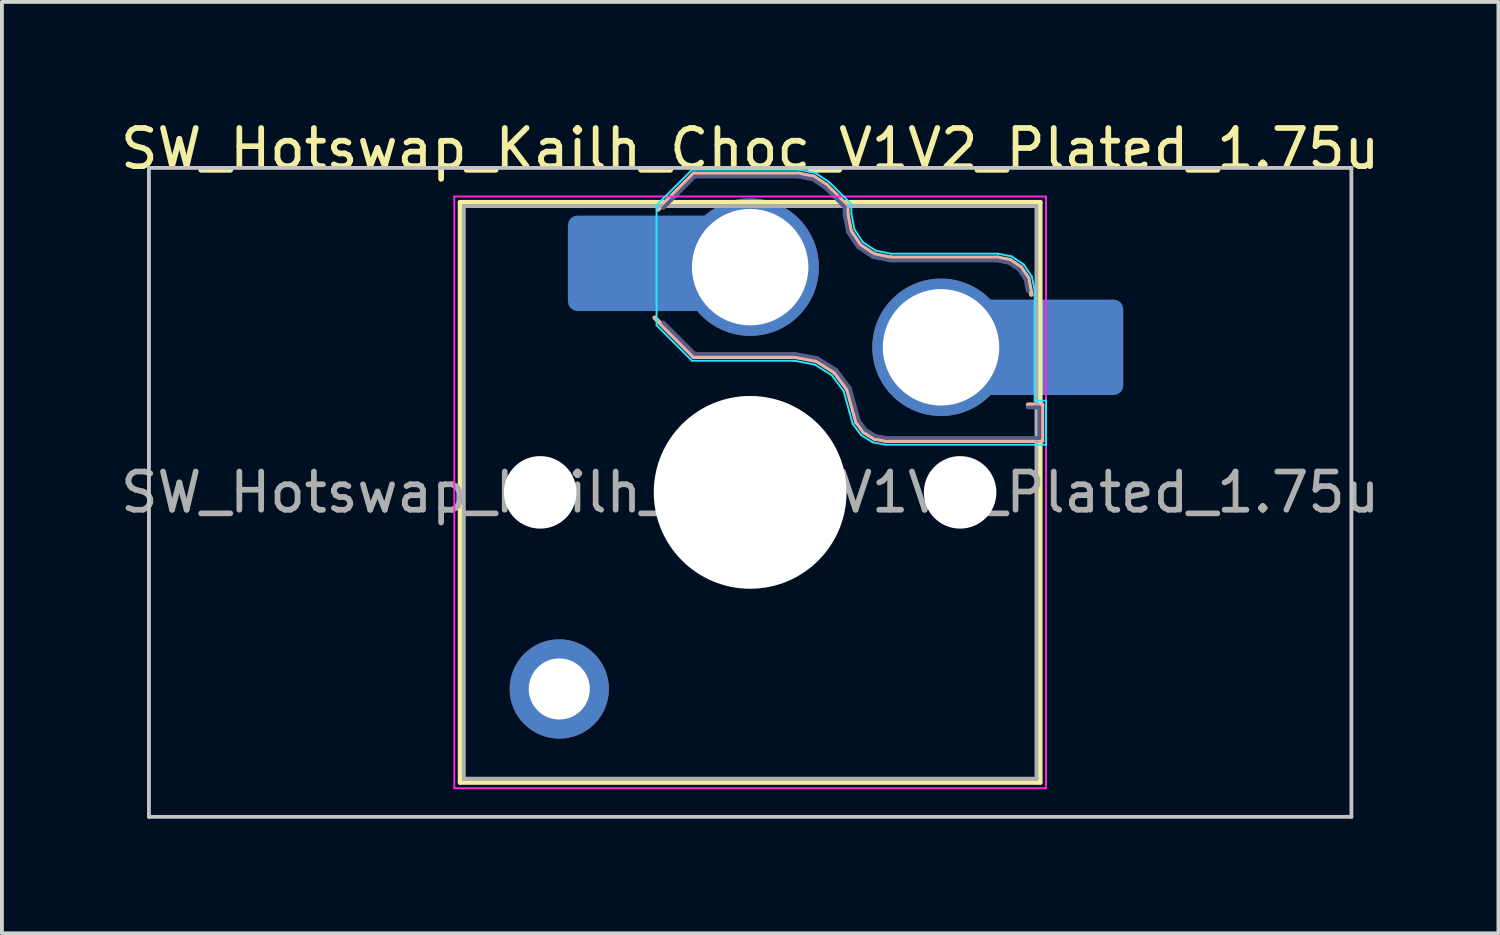
<source format=kicad_pcb>
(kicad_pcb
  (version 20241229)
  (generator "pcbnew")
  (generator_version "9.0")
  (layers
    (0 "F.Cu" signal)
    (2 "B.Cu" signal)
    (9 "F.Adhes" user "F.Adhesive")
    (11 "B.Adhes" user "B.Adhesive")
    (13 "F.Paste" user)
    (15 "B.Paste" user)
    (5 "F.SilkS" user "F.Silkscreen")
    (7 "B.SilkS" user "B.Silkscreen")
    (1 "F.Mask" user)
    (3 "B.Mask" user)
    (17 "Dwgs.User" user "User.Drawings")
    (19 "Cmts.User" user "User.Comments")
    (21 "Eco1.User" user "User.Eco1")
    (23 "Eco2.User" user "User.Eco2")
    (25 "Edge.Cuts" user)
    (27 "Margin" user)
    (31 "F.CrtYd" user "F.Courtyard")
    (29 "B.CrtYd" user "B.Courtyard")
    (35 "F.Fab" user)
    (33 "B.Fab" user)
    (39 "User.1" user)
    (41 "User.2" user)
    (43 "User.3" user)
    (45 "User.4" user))
  (footprint "SW_Hotswap_Kailh_Choc_V1V2_Plated_1.75u"
    (layer "F.Cu")
    (at 16.601 9.848)
    (property "Reference" "SW_Hotswap_Kailh_Choc_V1V2_Plated_1.75u" (at 0 -9 0) (layer "F.SilkS") (effects (font (size 1 1) (thickness 0.15))))
    (attr smd)
    (fp_line (start -7.6 -7.6) (end -7.6 7.6) (stroke (width 0.12) (type solid)) (layer "F.SilkS"))
    (fp_line (start -7.6 7.6) (end 7.6 7.6) (stroke (width 0.12) (type solid)) (layer "F.SilkS"))
    (fp_line (start 7.6 -7.6) (end -7.6 -7.6) (stroke (width 0.12) (type solid)) (layer "F.SilkS"))
    (fp_line (start 7.6 7.6) (end 7.6 -7.6) (stroke (width 0.12) (type solid)) (layer "F.SilkS"))
    (fp_line (start -2.416 -7.409) (end -1.479 -8.346) (stroke (width 0.12) (type solid)) (layer "B.SilkS"))
    (fp_line (start -1.479 -8.346) (end 1.268 -8.346) (stroke (width 0.12) (type solid)) (layer "B.SilkS"))
    (fp_line (start -1.479 -3.554) (end -2.5 -4.575) (stroke (width 0.12) (type solid)) (layer "B.SilkS"))
    (fp_line (start 1.168 -3.554) (end -1.479 -3.554) (stroke (width 0.12) (type solid)) (layer "B.SilkS"))
    (fp_line (start 1.268 -8.346) (end 1.671 -8.266) (stroke (width 0.12) (type solid)) (layer "B.SilkS"))
    (fp_line (start 1.671 -8.266) (end 2.013 -8.037) (stroke (width 0.12) (type solid)) (layer "B.SilkS"))
    (fp_line (start 1.73 -3.449) (end 1.168 -3.554) (stroke (width 0.12) (type solid)) (layer "B.SilkS"))
    (fp_line (start 2.013 -8.037) (end 2.546 -7.504) (stroke (width 0.12) (type solid)) (layer "B.SilkS"))
    (fp_line (start 2.209 -3.15) (end 1.73 -3.449) (stroke (width 0.12) (type solid)) (layer "B.SilkS"))
    (fp_line (start 2.546 -7.504) (end 2.546 -7.282) (stroke (width 0.12) (type solid)) (layer "B.SilkS"))
    (fp_line (start 2.546 -7.282) (end 2.633 -6.844) (stroke (width 0.12) (type solid)) (layer "B.SilkS"))
    (fp_line (start 2.547 -2.697) (end 2.209 -3.15) (stroke (width 0.12) (type solid)) (layer "B.SilkS"))
    (fp_line (start 2.633 -6.844) (end 2.877 -6.477) (stroke (width 0.12) (type solid)) (layer "B.SilkS"))
    (fp_line (start 2.701 -2.139) (end 2.547 -2.697) (stroke (width 0.12) (type solid)) (layer "B.SilkS"))
    (fp_line (start 2.783 -1.841) (end 2.701 -2.139) (stroke (width 0.12) (type solid)) (layer "B.SilkS"))
    (fp_line (start 2.877 -6.477) (end 3.244 -6.233) (stroke (width 0.12) (type solid)) (layer "B.SilkS"))
    (fp_line (start 2.976 -1.583) (end 2.783 -1.841) (stroke (width 0.12) (type solid)) (layer "B.SilkS"))
    (fp_line (start 3.244 -6.233) (end 3.682 -6.146) (stroke (width 0.12) (type solid)) (layer "B.SilkS"))
    (fp_line (start 3.25 -1.413) (end 2.976 -1.583) (stroke (width 0.12) (type solid)) (layer "B.SilkS"))
    (fp_line (start 3.56 -1.354) (end 3.25 -1.413) (stroke (width 0.12) (type solid)) (layer "B.SilkS"))
    (fp_line (start 3.682 -6.146) (end 6.482 -6.146) (stroke (width 0.12) (type solid)) (layer "B.SilkS"))
    (fp_line (start 6.482 -6.146) (end 6.809 -6.081) (stroke (width 0.12) (type solid)) (layer "B.SilkS"))
    (fp_line (start 6.809 -6.081) (end 7.092 -5.892) (stroke (width 0.12) (type solid)) (layer "B.SilkS"))
    (fp_line (start 7.092 -5.892) (end 7.281 -5.609) (stroke (width 0.12) (type solid)) (layer "B.SilkS"))
    (fp_line (start 7.281 -5.609) (end 7.366 -5.182) (stroke (width 0.12) (type solid)) (layer "B.SilkS"))
    (fp_line (start 7.283 -2.296) (end 7.646 -2.296) (stroke (width 0.12) (type solid)) (layer "B.SilkS"))
    (fp_line (start 7.646 -2.296) (end 7.646 -1.354) (stroke (width 0.12) (type solid)) (layer "B.SilkS"))
    (fp_line (start 7.646 -1.354) (end 3.56 -1.354) (stroke (width 0.12) (type solid)) (layer "B.SilkS"))
    (fp_line (start -15.75 -8.5) (end -15.75 8.5) (stroke (width 0.1) (type solid)) (layer "Dwgs.User"))
    (fp_line (start -15.75 8.5) (end 15.75 8.5) (stroke (width 0.1) (type solid)) (layer "Dwgs.User"))
    (fp_line (start 15.75 -8.5) (end -15.75 -8.5) (stroke (width 0.1) (type solid)) (layer "Dwgs.User"))
    (fp_line (start 15.75 8.5) (end 15.75 -8.5) (stroke (width 0.1) (type solid)) (layer "Dwgs.User"))
    (fp_line (start -7.25 -7.25) (end -7.25 7.25) (stroke (width 0.1) (type solid)) (layer "Eco1.User"))
    (fp_line (start -7.25 7.25) (end 7.25 7.25) (stroke (width 0.1) (type solid)) (layer "Eco1.User"))
    (fp_line (start 7.25 -7.25) (end -7.25 -7.25) (stroke (width 0.1) (type solid)) (layer "Eco1.User"))
    (fp_line (start 7.25 7.25) (end 7.25 -7.25) (stroke (width 0.1) (type solid)) (layer "Eco1.User"))
    (fp_line (start -2.452 -7.523) (end -1.523 -8.452) (stroke (width 0.05) (type solid)) (layer "B.CrtYd"))
    (fp_line (start -2.452 -4.377) (end -2.452 -7.523) (stroke (width 0.05) (type solid)) (layer "B.CrtYd"))
    (fp_line (start -1.523 -8.452) (end 1.278 -8.452) (stroke (width 0.05) (type solid)) (layer "B.CrtYd"))
    (fp_line (start -1.523 -3.448) (end -2.452 -4.377) (stroke (width 0.05) (type solid)) (layer "B.CrtYd"))
    (fp_line (start 1.159 -3.448) (end -1.523 -3.448) (stroke (width 0.05) (type solid)) (layer "B.CrtYd"))
    (fp_line (start 1.278 -8.452) (end 1.712 -8.366) (stroke (width 0.05) (type solid)) (layer "B.CrtYd"))
    (fp_line (start 1.691 -3.348) (end 1.159 -3.448) (stroke (width 0.05) (type solid)) (layer "B.CrtYd"))
    (fp_line (start 1.712 -8.366) (end 2.081 -8.119) (stroke (width 0.05) (type solid)) (layer "B.CrtYd"))
    (fp_line (start 2.081 -8.119) (end 2.652 -7.548) (stroke (width 0.05) (type solid)) (layer "B.CrtYd"))
    (fp_line (start 2.136 -3.071) (end 1.691 -3.348) (stroke (width 0.05) (type solid)) (layer "B.CrtYd"))
    (fp_line (start 2.45 -2.65) (end 2.136 -3.071) (stroke (width 0.05) (type solid)) (layer "B.CrtYd"))
    (fp_line (start 2.599 -2.111) (end 2.45 -2.65) (stroke (width 0.05) (type solid)) (layer "B.CrtYd"))
    (fp_line (start 2.652 -7.548) (end 2.652 -7.292) (stroke (width 0.05) (type solid)) (layer "B.CrtYd"))
    (fp_line (start 2.652 -7.292) (end 2.733 -6.885) (stroke (width 0.05) (type solid)) (layer "B.CrtYd"))
    (fp_line (start 2.687 -1.794) (end 2.599 -2.111) (stroke (width 0.05) (type solid)) (layer "B.CrtYd"))
    (fp_line (start 2.733 -6.885) (end 2.953 -6.553) (stroke (width 0.05) (type solid)) (layer "B.CrtYd"))
    (fp_line (start 2.903 -1.503) (end 2.687 -1.794) (stroke (width 0.05) (type solid)) (layer "B.CrtYd"))
    (fp_line (start 2.953 -6.553) (end 3.285 -6.333) (stroke (width 0.05) (type solid)) (layer "B.CrtYd"))
    (fp_line (start 3.211 -1.312) (end 2.903 -1.503) (stroke (width 0.05) (type solid)) (layer "B.CrtYd"))
    (fp_line (start 3.285 -6.333) (end 3.692 -6.252) (stroke (width 0.05) (type solid)) (layer "B.CrtYd"))
    (fp_line (start 3.55 -1.248) (end 3.211 -1.312) (stroke (width 0.05) (type solid)) (layer "B.CrtYd"))
    (fp_line (start 3.692 -6.252) (end 6.492 -6.252) (stroke (width 0.05) (type solid)) (layer "B.CrtYd"))
    (fp_line (start 6.492 -6.252) (end 6.85 -6.181) (stroke (width 0.05) (type solid)) (layer "B.CrtYd"))
    (fp_line (start 6.85 -6.181) (end 7.168 -5.968) (stroke (width 0.05) (type solid)) (layer "B.CrtYd"))
    (fp_line (start 7.168 -5.968) (end 7.381 -5.65) (stroke (width 0.05) (type solid)) (layer "B.CrtYd"))
    (fp_line (start 7.381 -5.65) (end 7.452 -5.292) (stroke (width 0.05) (type solid)) (layer "B.CrtYd"))
    (fp_line (start 7.452 -5.292) (end 7.452 -2.402) (stroke (width 0.05) (type solid)) (layer "B.CrtYd"))
    (fp_line (start 7.452 -2.402) (end 7.752 -2.402) (stroke (width 0.05) (type solid)) (layer "B.CrtYd"))
    (fp_line (start 7.752 -2.402) (end 7.752 -1.248) (stroke (width 0.05) (type solid)) (layer "B.CrtYd"))
    (fp_line (start 7.752 -1.248) (end 3.55 -1.248) (stroke (width 0.05) (type solid)) (layer "B.CrtYd"))
    (fp_line (start -7.75 -7.75) (end -7.75 7.75) (stroke (width 0.05) (type solid)) (layer "F.CrtYd"))
    (fp_line (start -7.75 7.75) (end 7.75 7.75) (stroke (width 0.05) (type solid)) (layer "F.CrtYd"))
    (fp_line (start 7.75 -7.75) (end -7.75 -7.75) (stroke (width 0.05) (type solid)) (layer "F.CrtYd"))
    (fp_line (start 7.75 7.75) (end 7.75 -7.75) (stroke (width 0.05) (type solid)) (layer "F.CrtYd"))
    (fp_line (start -2.275 -7.45) (end -1.45 -8.275) (stroke (width 0.1) (type solid)) (layer "B.Fab"))
    (fp_line (start -1.45 -8.275) (end 1.261 -8.275) (stroke (width 0.1) (type solid)) (layer "B.Fab"))
    (fp_line (start -1.45 -3.625) (end -2.275 -4.45) (stroke (width 0.1) (type solid)) (layer "B.Fab"))
    (fp_line (start 1.175 -3.625) (end -1.45 -3.625) (stroke (width 0.1) (type solid)) (layer "B.Fab"))
    (fp_line (start 1.261 -8.275) (end 1.643 -8.199) (stroke (width 0.1) (type solid)) (layer "B.Fab"))
    (fp_line (start 1.643 -8.199) (end 1.968 -7.982) (stroke (width 0.1) (type solid)) (layer "B.Fab"))
    (fp_line (start 1.756 -3.516) (end 1.175 -3.625) (stroke (width 0.1) (type solid)) (layer "B.Fab"))
    (fp_line (start 1.968 -7.982) (end 2.475 -7.475) (stroke (width 0.1) (type solid)) (layer "B.Fab"))
    (fp_line (start 2.258 -3.203) (end 1.756 -3.516) (stroke (width 0.1) (type solid)) (layer "B.Fab"))
    (fp_line (start 2.475 -7.475) (end 2.475 -7.275) (stroke (width 0.1) (type solid)) (layer "B.Fab"))
    (fp_line (start 2.475 -7.275) (end 2.566 -6.816) (stroke (width 0.1) (type solid)) (layer "B.Fab"))
    (fp_line (start 2.566 -6.816) (end 2.826 -6.426) (stroke (width 0.1) (type solid)) (layer "B.Fab"))
    (fp_line (start 2.612 -2.729) (end 2.258 -3.203) (stroke (width 0.1) (type solid)) (layer "B.Fab"))
    (fp_line (start 2.769 -2.158) (end 2.612 -2.729) (stroke (width 0.1) (type solid)) (layer "B.Fab"))
    (fp_line (start 2.826 -6.426) (end 3.216 -6.166) (stroke (width 0.1) (type solid)) (layer "B.Fab"))
    (fp_line (start 2.848 -1.873) (end 2.769 -2.158) (stroke (width 0.1) (type solid)) (layer "B.Fab"))
    (fp_line (start 3.025 -1.636) (end 2.848 -1.873) (stroke (width 0.1) (type solid)) (layer "B.Fab"))
    (fp_line (start 3.216 -6.166) (end 3.675 -6.075) (stroke (width 0.1) (type solid)) (layer "B.Fab"))
    (fp_line (start 3.276 -1.48) (end 3.025 -1.636) (stroke (width 0.1) (type solid)) (layer "B.Fab"))
    (fp_line (start 3.567 -1.425) (end 3.276 -1.48) (stroke (width 0.1) (type solid)) (layer "B.Fab"))
    (fp_line (start 3.675 -6.075) (end 6.475 -6.075) (stroke (width 0.1) (type solid)) (layer "B.Fab"))
    (fp_line (start 6.475 -6.075) (end 6.781 -6.014) (stroke (width 0.1) (type solid)) (layer "B.Fab"))
    (fp_line (start 6.781 -6.014) (end 7.041 -5.841) (stroke (width 0.1) (type solid)) (layer "B.Fab"))
    (fp_line (start 7.041 -5.841) (end 7.214 -5.581) (stroke (width 0.1) (type solid)) (layer "B.Fab"))
    (fp_line (start 7.214 -5.581) (end 7.275 -5.275) (stroke (width 0.1) (type solid)) (layer "B.Fab"))
    (fp_line (start 7.275 -2.225) (end 7.575 -2.225) (stroke (width 0.1) (type solid)) (layer "B.Fab"))
    (fp_line (start 7.575 -2.225) (end 7.575 -1.425) (stroke (width 0.1) (type solid)) (layer "B.Fab"))
    (fp_line (start 7.575 -1.425) (end 3.567 -1.425) (stroke (width 0.1) (type solid)) (layer "B.Fab"))
    (fp_line (start -7.5 -7.5) (end -7.5 7.5) (stroke (width 0.1) (type solid)) (layer "F.Fab"))
    (fp_line (start -7.5 7.5) (end 7.5 7.5) (stroke (width 0.1) (type solid)) (layer "F.Fab"))
    (fp_line (start 7.5 -7.5) (end -7.5 -7.5) (stroke (width 0.1) (type solid)) (layer "F.Fab"))
    (fp_line (start 7.5 7.5) (end 7.5 -7.5) (stroke (width 0.1) (type solid)) (layer "F.Fab"))
    (fp_text user "${REFERENCE}" (at 0 0 0) (layer "F.Fab") (effects (font (size 1 1) (thickness 0.15))))
    (pad "" np_thru_hole circle (at -5.5 0) (size 1.9 1.9) (drill 1.9) (layers "*.Cu" "*.Mask"))
    (pad "" thru_hole circle (at -5 5.15) (size 2.6 2.6) (drill 1.6) (layers "*.Cu" "*.Mask"))
    (pad "" smd roundrect (at -3.5 -6) (size 2.55 2.5) (layers "B.Mask" "B.Paste") (roundrect_rratio 0.1))
    (pad "" np_thru_hole circle (at 0 0) (size 5.05 5.05) (drill 5.05) (layers "*.Cu" "*.Mask"))
    (pad "" np_thru_hole circle (at 5.5 0) (size 1.9 1.9) (drill 1.9) (layers "*.Cu" "*.Mask"))
    (pad "" smd roundrect (at 8.5 -3.8) (size 2.55 2.5) (layers "B.Mask" "B.Paste") (roundrect_rratio 0.1))
    (pad "1" smd roundrect (at -2.85 -6) (size 3.85 2.5) (layers "B.Cu") (roundrect_rratio 0.1))
    (pad "1" thru_hole circle (at 0 -5.9) (size 3.6 3.6) (drill 3.05) (layers "*.Cu" "*.Mask"))
    (pad "2" thru_hole circle (at 5 -3.8) (size 3.6 3.6) (drill 3.05) (layers "*.Cu" "*.Mask"))
    (pad "2" smd roundrect (at 7.85 -3.8) (size 3.85 2.5) (layers "B.Cu") (roundrect_rratio 0.1)))
  (gr_rect
    (start -3 -3)
    (end 36.202 21.398)
    (stroke (width 0.1) (type default))
    (fill no)
    (layer "Edge.Cuts")))
</source>
